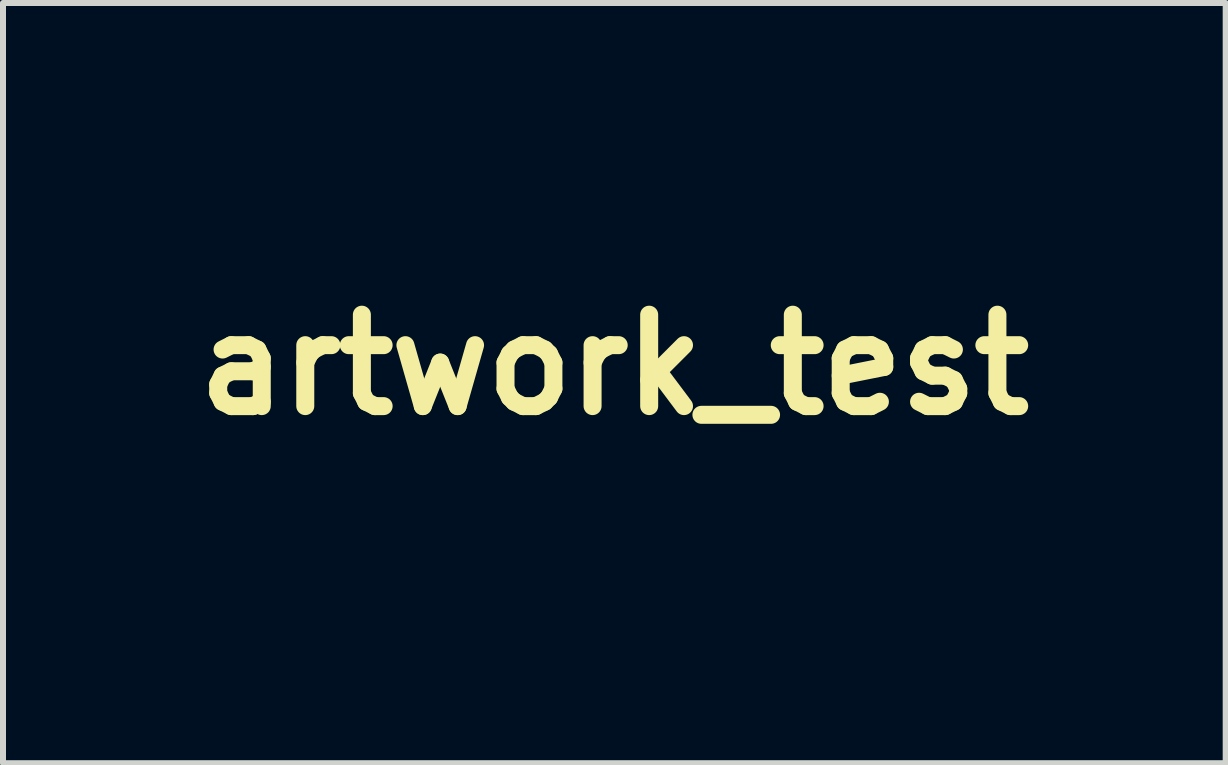
<source format=kicad_pcb>
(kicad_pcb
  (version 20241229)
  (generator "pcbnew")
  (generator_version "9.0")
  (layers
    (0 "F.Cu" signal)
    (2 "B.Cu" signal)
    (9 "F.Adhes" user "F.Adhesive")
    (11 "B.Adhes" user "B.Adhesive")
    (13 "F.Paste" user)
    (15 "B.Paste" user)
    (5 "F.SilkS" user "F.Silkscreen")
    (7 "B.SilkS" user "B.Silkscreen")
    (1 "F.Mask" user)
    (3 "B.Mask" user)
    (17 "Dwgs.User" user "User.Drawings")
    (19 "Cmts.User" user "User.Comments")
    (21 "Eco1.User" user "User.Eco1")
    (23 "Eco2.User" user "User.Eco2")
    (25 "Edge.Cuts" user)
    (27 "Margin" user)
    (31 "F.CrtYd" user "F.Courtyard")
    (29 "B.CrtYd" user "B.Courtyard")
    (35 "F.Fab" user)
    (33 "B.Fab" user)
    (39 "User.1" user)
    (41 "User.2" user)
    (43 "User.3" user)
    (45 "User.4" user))
  (footprint "artwork_test"
    (layer "F.Cu")
    (at 7.192 3.031)
    (property "Reference" "artwork_test" (at 0 0 0) (layer "F.SilkS") (effects (font (size 1.524 1.524) (thickness 0.3))))
    (attr through_hole)
    (fp_poly (pts (xy 0.13 -2.946) (xy 0.623 -2.728) (xy 0.838 -2.57) (xy 1.225 -2.133) (xy 1.5 -1.599) (xy 1.655 -1.007) (xy 1.677 -0.395) (xy 1.559 0.196) (xy 1.558 0.198) (xy 1.487 0.453) (xy 1.46 0.652) (xy 1.467 0.711) (xy 1.568 0.794) (xy 1.782 0.884) (xy 1.953 0.933) (xy 2.396 1.105) (xy 2.762 1.377) (xy 3.028 1.717) (xy 3.172 2.098) (xy 3.172 2.489) (xy 3.167 2.516) (xy 2.986 2.942) (xy 2.684 3.281) (xy 2.294 3.518) (xy 1.849 3.637) (xy 1.382 3.622) (xy 1.054 3.522) (xy 0.779 3.342) (xy 0.52 3.075) (xy 0.333 2.784) (xy 0.285 2.653) (xy 0.263 2.446) (xy 0.266 2.155) (xy 0.279 1.983) (xy 0.292 1.652) (xy 0.245 1.479) (xy 0.227 1.462) (xy 0.102 1.433) (xy -0.148 1.411) (xy -0.478 1.399) (xy -0.641 1.397) (xy -1.167 1.371) (xy -1.567 1.278) (xy -1.878 1.096) (xy -2.136 0.804) (xy -2.378 0.379) (xy -2.385 0.365) (xy -2.539 0.028) (xy -2.623 -0.247) (xy -2.658 -0.542) (xy -2.662 -0.845) (xy -2.613 -1.401) (xy -2.465 -1.851) (xy -2.199 -2.237) (xy -1.98 -2.453) (xy -1.497 -2.778) (xy -0.962 -2.969) (xy -0.409 -3.026) (xy 0.13 -2.946)) (stroke (width 0.01) (type solid)) (fill no) (layer "Eco2.User")))
  (gr_rect
    (start -3 -3)
    (end 17.384 9.673)
    (stroke (width 0.1) (type default))
    (fill no)
    (layer "Edge.Cuts")))
</source>
